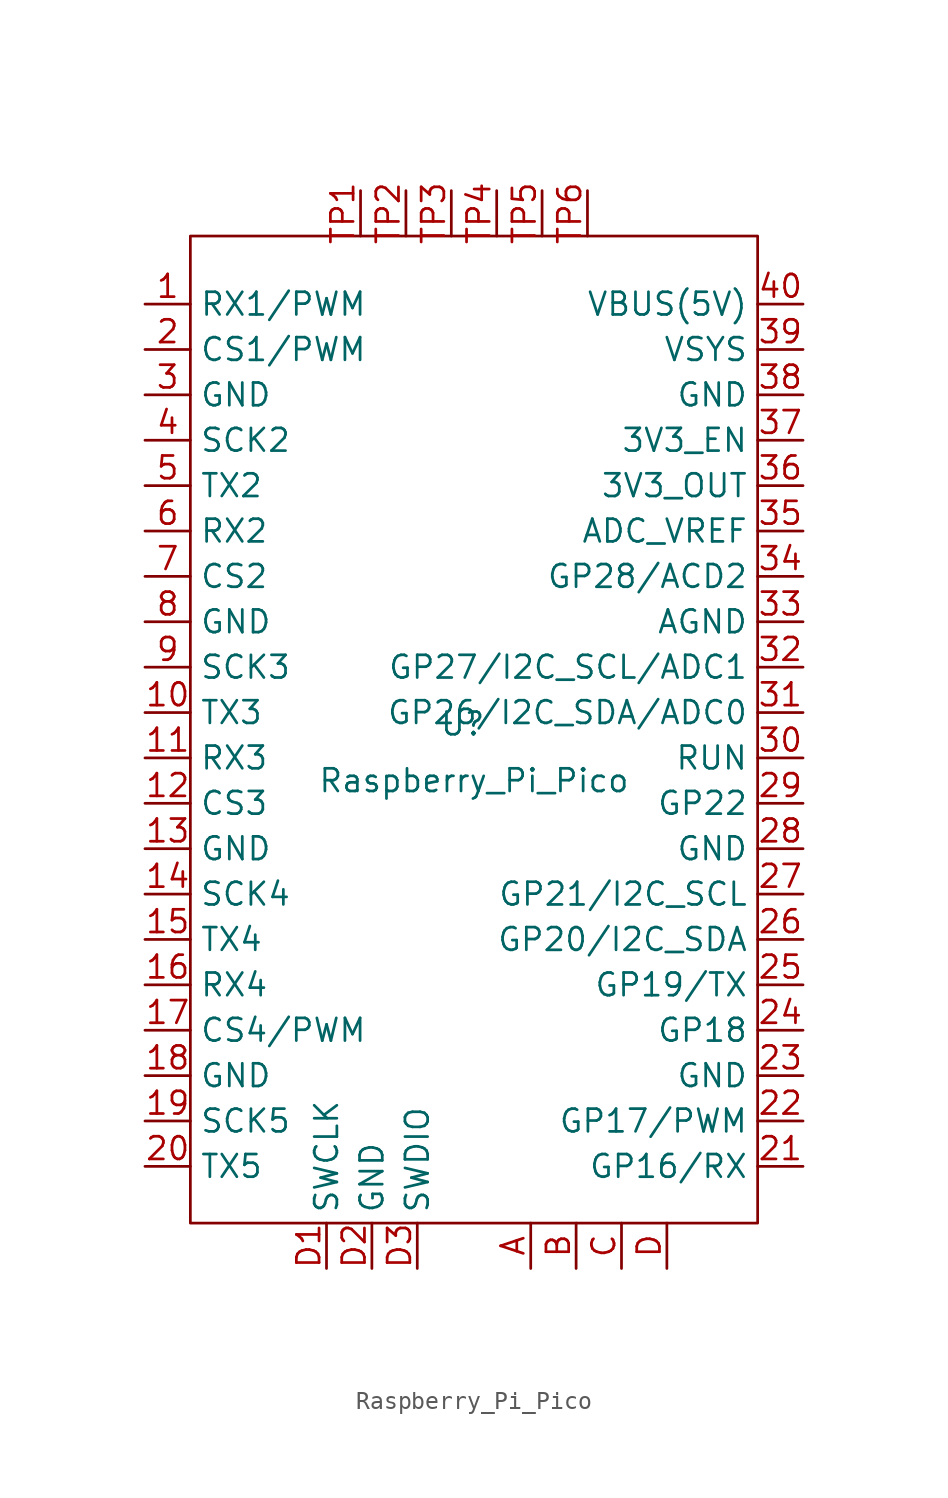
<source format=kicad_sym>
(kicad_symbol_lib
  (version 20211014)
  (generator kicad_symbol_editor)
  (symbol "Raspberry_Pi_Pico"
    (property "Reference" "U"
      (at 0 0.635 0)
      (effects (font (size 1.27 1.27))))
    (property "Value" "Raspberry_Pi_Pico"
      (at 0.635 -2.54 0)
      (effects (font (size 1.27 1.27))))
    (symbol "Raspberry_Pi_Pico_0_1"
      (rectangle (start -15.24 27.94) (end 16.51 -27.305) (stroke (width 0) (type default) (color 0 0 0 0)) (fill (type none))))
    (symbol "Raspberry_Pi_Pico_1_0"
      (pin input line (at 19.05 16.51 180) (length 2.54) (name "3V3_EN" (effects (font (size 1.27 1.27)))) (number "37" (effects (font (size 1.27 1.27)))))
      (pin input line (at -17.78 13.97 0) (length 2.54) (name "TX2" (effects (font (size 1.27 1.27)))) (number "5" (effects (font (size 1.27 1.27))))))
    (symbol "Raspberry_Pi_Pico_1_1"
      (pin input line (at -17.78 24.13 0) (length 2.54) (name "RX1/PWM" (effects (font (size 1.27 1.27)))) (number "1" (effects (font (size 1.27 1.27)))))
      (pin input line (at -17.78 1.27 0) (length 2.54) (name "TX3" (effects (font (size 1.27 1.27)))) (number "10" (effects (font (size 1.27 1.27)))))
      (pin input line (at -17.78 -1.27 0) (length 2.54) (name "RX3" (effects (font (size 1.27 1.27)))) (number "11" (effects (font (size 1.27 1.27)))))
      (pin input line (at -17.78 -3.81 0) (length 2.54) (name "CS3" (effects (font (size 1.27 1.27)))) (number "12" (effects (font (size 1.27 1.27)))))
      (pin input line (at -17.78 -6.35 0) (length 2.54) (name "GND" (effects (font (size 1.27 1.27)))) (number "13" (effects (font (size 1.27 1.27)))))
      (pin input line (at -17.78 -8.89 0) (length 2.54) (name "SCK4" (effects (font (size 1.27 1.27)))) (number "14" (effects (font (size 1.27 1.27)))))
      (pin input line (at -17.78 -11.43 0) (length 2.54) (name "TX4" (effects (font (size 1.27 1.27)))) (number "15" (effects (font (size 1.27 1.27)))))
      (pin input line (at -17.78 -13.97 0) (length 2.54) (name "RX4" (effects (font (size 1.27 1.27)))) (number "16" (effects (font (size 1.27 1.27)))))
      (pin input line (at -17.78 -16.51 0) (length 2.54) (name "CS4/PWM" (effects (font (size 1.27 1.27)))) (number "17" (effects (font (size 1.27 1.27)))))
      (pin input line (at -17.78 -19.05 0) (length 2.54) (name "GND" (effects (font (size 1.27 1.27)))) (number "18" (effects (font (size 1.27 1.27)))))
      (pin input line (at -17.78 -21.59 0) (length 2.54) (name "SCK5" (effects (font (size 1.27 1.27)))) (number "19" (effects (font (size 1.27 1.27)))))
      (pin input line (at -17.78 21.59 0) (length 2.54) (name "CS1/PWM" (effects (font (size 1.27 1.27)))) (number "2" (effects (font (size 1.27 1.27)))))
      (pin input line (at -17.78 -24.13 0) (length 2.54) (name "TX5" (effects (font (size 1.27 1.27)))) (number "20" (effects (font (size 1.27 1.27)))))
      (pin input line (at 19.05 -24.13 180) (length 2.54) (name "GP16/RX" (effects (font (size 1.27 1.27)))) (number "21" (effects (font (size 1.27 1.27)))))
      (pin input line (at 19.05 -21.59 180) (length 2.54) (name "GP17/PWM" (effects (font (size 1.27 1.27)))) (number "22" (effects (font (size 1.27 1.27)))))
      (pin input line (at 19.05 -19.05 180) (length 2.54) (name "GND" (effects (font (size 1.27 1.27)))) (number "23" (effects (font (size 1.27 1.27)))))
      (pin input line (at 19.05 -16.51 180) (length 2.54) (name "GP18" (effects (font (size 1.27 1.27)))) (number "24" (effects (font (size 1.27 1.27)))))
      (pin input line (at 19.05 -13.97 180) (length 2.54) (name "GP19/TX" (effects (font (size 1.27 1.27)))) (number "25" (effects (font (size 1.27 1.27)))))
      (pin input line (at 19.05 -11.43 180) (length 2.54) (name "GP20/I2C_SDA" (effects (font (size 1.27 1.27)))) (number "26" (effects (font (size 1.27 1.27)))))
      (pin input line (at 19.05 -8.89 180) (length 2.54) (name "GP21/I2C_SCL" (effects (font (size 1.27 1.27)))) (number "27" (effects (font (size 1.27 1.27)))))
      (pin input line (at 19.05 -6.35 180) (length 2.54) (name "GND" (effects (font (size 1.27 1.27)))) (number "28" (effects (font (size 1.27 1.27)))))
      (pin input line (at 19.05 -3.81 180) (length 2.54) (name "GP22" (effects (font (size 1.27 1.27)))) (number "29" (effects (font (size 1.27 1.27)))))
      (pin input line (at -17.78 19.05 0) (length 2.54) (name "GND" (effects (font (size 1.27 1.27)))) (number "3" (effects (font (size 1.27 1.27)))))
      (pin input line (at 19.05 -1.27 180) (length 2.54) (name "RUN" (effects (font (size 1.27 1.27)))) (number "30" (effects (font (size 1.27 1.27)))))
      (pin input line (at 19.05 1.27 180) (length 2.54) (name "GP26/I2C_SDA/ADC0" (effects (font (size 1.27 1.27)))) (number "31" (effects (font (size 1.27 1.27)))))
      (pin input line (at 19.05 3.81 180) (length 2.54) (name "GP27/I2C_SCL/ADC1" (effects (font (size 1.27 1.27)))) (number "32" (effects (font (size 1.27 1.27)))))
      (pin input line (at 19.05 6.35 180) (length 2.54) (name "AGND" (effects (font (size 1.27 1.27)))) (number "33" (effects (font (size 1.27 1.27)))))
      (pin input line (at 19.05 8.89 180) (length 2.54) (name "GP28/ACD2" (effects (font (size 1.27 1.27)))) (number "34" (effects (font (size 1.27 1.27)))))
      (pin input line (at 19.05 11.43 180) (length 2.54) (name "ADC_VREF" (effects (font (size 1.27 1.27)))) (number "35" (effects (font (size 1.27 1.27)))))
      (pin input line (at 19.05 13.97 180) (length 2.54) (name "3V3_OUT" (effects (font (size 1.27 1.27)))) (number "36" (effects (font (size 1.27 1.27)))))
      (pin input line (at 19.05 19.05 180) (length 2.54) (name "GND" (effects (font (size 1.27 1.27)))) (number "38" (effects (font (size 1.27 1.27)))))
      (pin input line (at 19.05 21.59 180) (length 2.54) (name "VSYS" (effects (font (size 1.27 1.27)))) (number "39" (effects (font (size 1.27 1.27)))))
      (pin input line (at -17.78 16.51 0) (length 2.54) (name "SCK2" (effects (font (size 1.27 1.27)))) (number "4" (effects (font (size 1.27 1.27)))))
      (pin input line (at 19.05 24.13 180) (length 2.54) (name "VBUS(5V)" (effects (font (size 1.27 1.27)))) (number "40" (effects (font (size 1.27 1.27)))))
      (pin input line (at -17.78 11.43 0) (length 2.54) (name "RX2" (effects (font (size 1.27 1.27)))) (number "6" (effects (font (size 1.27 1.27)))))
      (pin input line (at -17.78 8.89 0) (length 2.54) (name "CS2" (effects (font (size 1.27 1.27)))) (number "7" (effects (font (size 1.27 1.27)))))
      (pin input line (at -17.78 6.35 0) (length 2.54) (name "GND" (effects (font (size 1.27 1.27)))) (number "8" (effects (font (size 1.27 1.27)))))
      (pin input line (at -17.78 3.81 0) (length 2.54) (name "SCK3" (effects (font (size 1.27 1.27)))) (number "9" (effects (font (size 1.27 1.27)))))
      (pin input line (at 3.81 -29.845 90) (length 2.54) (name "" (effects (font (size 1.27 1.27)))) (number "A" (effects (font (size 1.27 1.27)))))
      (pin input line (at 6.35 -29.845 90) (length 2.54) (name "" (effects (font (size 1.27 1.27)))) (number "B" (effects (font (size 1.27 1.27)))))
      (pin input line (at 8.89 -29.845 90) (length 2.54) (name "" (effects (font (size 1.27 1.27)))) (number "C" (effects (font (size 1.27 1.27)))))
      (pin input line (at 11.43 -29.845 90) (length 2.54) (name "" (effects (font (size 1.27 1.27)))) (number "D" (effects (font (size 1.27 1.27)))))
      (pin input line (at -7.62 -29.845 90) (length 2.54) (name "SWCLK" (effects (font (size 1.27 1.27)))) (number "D1" (effects (font (size 1.27 1.27)))))
      (pin input line (at -5.08 -29.845 90) (length 2.54) (name "GND" (effects (font (size 1.27 1.27)))) (number "D2" (effects (font (size 1.27 1.27)))))
      (pin input line (at -2.54 -29.845 90) (length 2.54) (name "SWDIO" (effects (font (size 1.27 1.27)))) (number "D3" (effects (font (size 1.27 1.27)))))
      (pin input line (at -5.715 30.48 270) (length 2.54) (name "" (effects (font (size 1.27 1.27)))) (number "TP1" (effects (font (size 1.27 1.27)))))
      (pin input line (at -3.175 30.48 270) (length 2.54) (name "" (effects (font (size 1.27 1.27)))) (number "TP2" (effects (font (size 1.27 1.27)))))
      (pin input line (at -0.635 30.48 270) (length 2.54) (name "" (effects (font (size 1.27 1.27)))) (number "TP3" (effects (font (size 1.27 1.27)))))
      (pin input line (at 1.905 30.48 270) (length 2.54) (name "" (effects (font (size 1.27 1.27)))) (number "TP4" (effects (font (size 1.27 1.27)))))
      (pin input line (at 4.445 30.48 270) (length 2.54) (name "" (effects (font (size 1.27 1.27)))) (number "TP5" (effects (font (size 1.27 1.27)))))
      (pin input line (at 6.985 30.48 270) (length 2.54) (name "" (effects (font (size 1.27 1.27)))) (number "TP6" (effects (font (size 1.27 1.27))))))))
</source>
